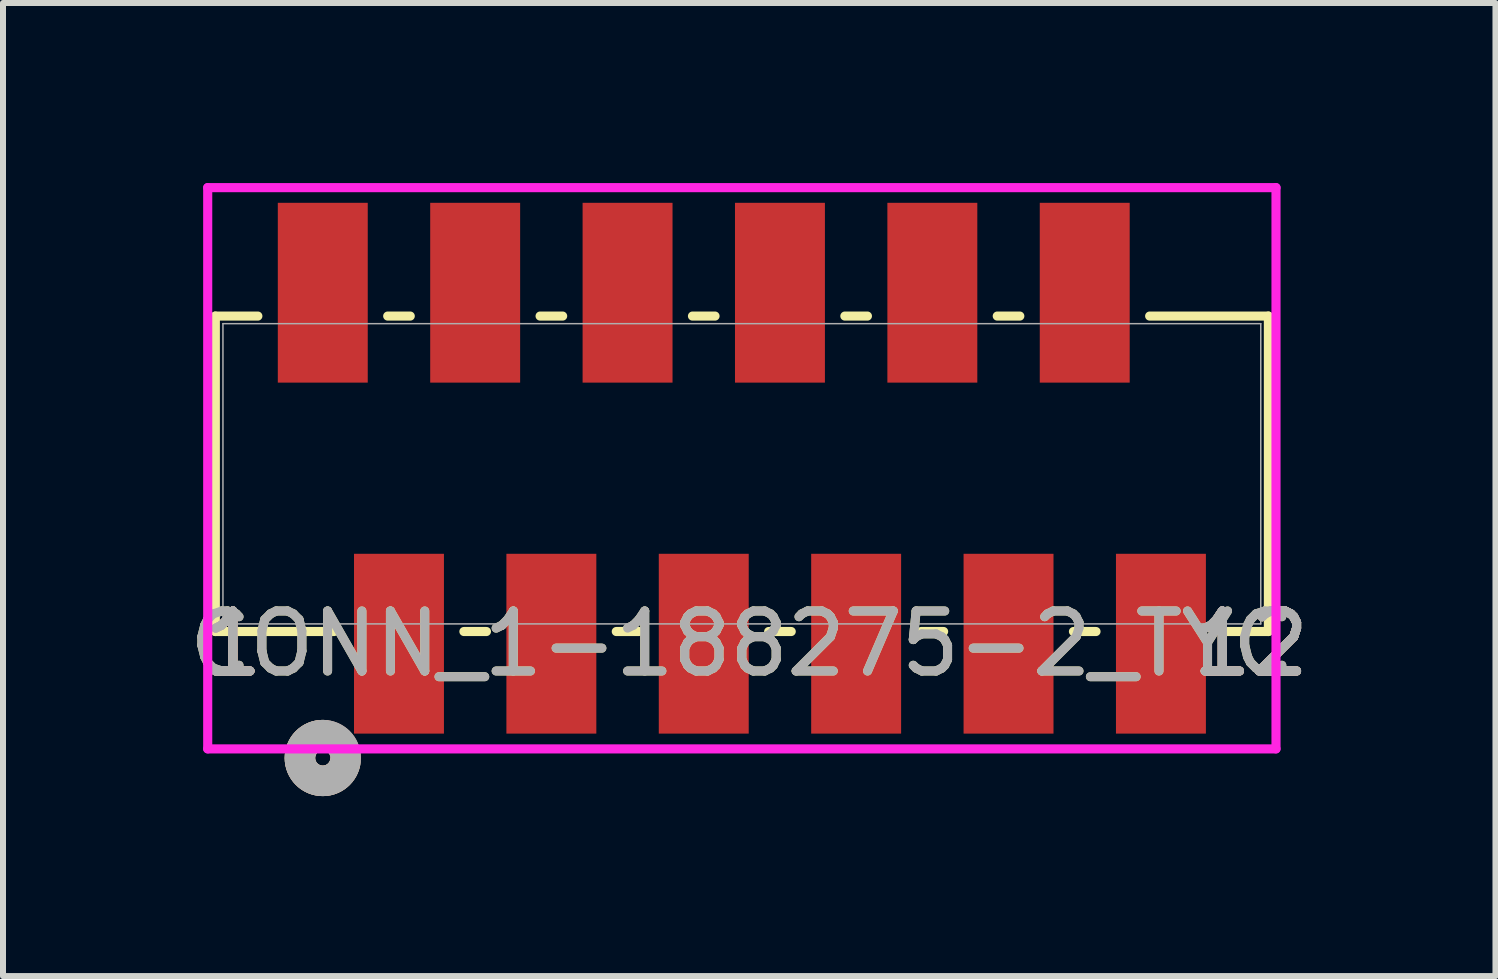
<source format=kicad_pcb>
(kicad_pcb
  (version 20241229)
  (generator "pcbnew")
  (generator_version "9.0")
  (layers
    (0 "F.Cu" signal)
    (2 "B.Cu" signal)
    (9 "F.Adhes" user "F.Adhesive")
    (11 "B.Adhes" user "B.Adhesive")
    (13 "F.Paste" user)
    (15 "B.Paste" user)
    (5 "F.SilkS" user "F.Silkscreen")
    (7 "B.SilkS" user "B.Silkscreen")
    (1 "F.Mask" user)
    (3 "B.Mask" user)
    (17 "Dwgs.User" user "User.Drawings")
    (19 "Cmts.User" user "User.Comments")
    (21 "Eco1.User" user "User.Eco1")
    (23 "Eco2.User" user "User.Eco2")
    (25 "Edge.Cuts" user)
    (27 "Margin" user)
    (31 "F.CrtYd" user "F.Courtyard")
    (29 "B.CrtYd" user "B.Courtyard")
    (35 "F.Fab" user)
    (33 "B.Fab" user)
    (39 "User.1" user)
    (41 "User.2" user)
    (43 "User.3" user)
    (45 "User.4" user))
  (footprint "CONN_1-188275-2_TYC"
    (layer "F.Cu")
    (at 2.33 7.679)
    (property "Reference" "CONN_1-188275-2_TYC" (at 6.985 0 0) (unlocked yes) (layer "F.SilkS") (effects (font (size 1 1) (thickness 0.15))))
    (attr smd)
    (fp_line (start -1.791 -5.461) (end -1.791 -0.203) (stroke (width 0.152) (type solid)) (layer "F.SilkS"))
    (fp_line (start -1.791 -0.203) (end 0.188 -0.203) (stroke (width 0.152) (type solid)) (layer "F.SilkS"))
    (fp_line (start -1.082 -5.461) (end -1.791 -5.461) (stroke (width 0.152) (type solid)) (layer "F.SilkS"))
    (fp_line (start 1.458 -5.461) (end 1.082 -5.461) (stroke (width 0.152) (type solid)) (layer "F.SilkS"))
    (fp_line (start 2.352 -0.203) (end 2.728 -0.203) (stroke (width 0.152) (type solid)) (layer "F.SilkS"))
    (fp_line (start 3.998 -5.461) (end 3.622 -5.461) (stroke (width 0.152) (type solid)) (layer "F.SilkS"))
    (fp_line (start 4.892 -0.203) (end 5.268 -0.203) (stroke (width 0.152) (type solid)) (layer "F.SilkS"))
    (fp_line (start 6.538 -5.461) (end 6.162 -5.461) (stroke (width 0.152) (type solid)) (layer "F.SilkS"))
    (fp_line (start 7.432 -0.203) (end 7.808 -0.203) (stroke (width 0.152) (type solid)) (layer "F.SilkS"))
    (fp_line (start 9.078 -5.461) (end 8.702 -5.461) (stroke (width 0.152) (type solid)) (layer "F.SilkS"))
    (fp_line (start 9.972 -0.203) (end 10.348 -0.203) (stroke (width 0.152) (type solid)) (layer "F.SilkS"))
    (fp_line (start 11.618 -5.461) (end 11.242 -5.461) (stroke (width 0.152) (type solid)) (layer "F.SilkS"))
    (fp_line (start 12.512 -0.203) (end 12.888 -0.203) (stroke (width 0.152) (type solid)) (layer "F.SilkS"))
    (fp_line (start 15.052 -0.203) (end 15.761 -0.203) (stroke (width 0.152) (type solid)) (layer "F.SilkS"))
    (fp_line (start 15.761 -5.461) (end 13.782 -5.461) (stroke (width 0.152) (type solid)) (layer "F.SilkS"))
    (fp_line (start 15.761 -0.203) (end 15.761 -5.461) (stroke (width 0.152) (type solid)) (layer "F.SilkS"))
    (fp_arc (start 0.372066 1.987025) (mid -0.300348 2.139418) (end 0.0108 1.524153) (stroke (width 0.508) (type solid)) (layer "F.SilkS"))
    (fp_circle (center 0 1.905) (end 0.381 1.905) (stroke (width 0.508) (type solid)) (fill no) (layer "B.SilkS"))
    (fp_line (start -1.918 -7.602) (end -1.918 1.753) (stroke (width 0.152) (type solid)) (layer "F.CrtYd"))
    (fp_line (start -1.918 1.753) (end 15.888 1.753) (stroke (width 0.152) (type solid)) (layer "F.CrtYd"))
    (fp_line (start 15.888 -7.602) (end -1.918 -7.602) (stroke (width 0.152) (type solid)) (layer "F.CrtYd"))
    (fp_line (start 15.888 1.753) (end 15.888 -7.602) (stroke (width 0.152) (type solid)) (layer "F.CrtYd"))
    (fp_line (start -1.664 -5.334) (end -1.664 -0.33) (stroke (width 0.025) (type solid)) (layer "F.Fab"))
    (fp_line (start -1.664 -0.33) (end 15.634 -0.33) (stroke (width 0.025) (type solid)) (layer "F.Fab"))
    (fp_line (start 15.634 -5.334) (end -1.664 -5.334) (stroke (width 0.025) (type solid)) (layer "F.Fab"))
    (fp_line (start 15.634 -0.33) (end 15.634 -5.334) (stroke (width 0.025) (type solid)) (layer "F.Fab"))
    (fp_circle (center 0 1.905) (end 0.381 1.905) (stroke (width 0.508) (type solid)) (fill no) (layer "F.Fab"))
    (fp_text user "12" (at 15.469 0 0) (unlocked yes) (layer "F.SilkS") (effects (font (size 1 1) (thickness 0.15))))
    (fp_text user "1" (at -1.499 0 0) (unlocked yes) (layer "F.SilkS") (effects (font (size 1 1) (thickness 0.15))))
    (fp_text user "12" (at 15.469 0 0) (unlocked yes) (layer "F.SilkS") (effects (font (size 1 1) (thickness 0.15))))
    (fp_text user "1" (at -1.499 0 0) (unlocked yes) (layer "F.SilkS") (effects (font (size 1 1) (thickness 0.15))))
    (fp_text user "1" (at -1.499 0 0) (unlocked yes) (layer "B.SilkS") (effects (font (size 1 1) (thickness 0.15))))
    (fp_text user "12" (at 15.469 0 0) (unlocked yes) (layer "B.SilkS") (effects (font (size 1 1) (thickness 0.15))))
    (fp_text user "1" (at -1.499 0 0) (unlocked yes) (layer "B.SilkS") (effects (font (size 1 1) (thickness 0.15))))
    (fp_text user "12" (at 15.469 0 0) (unlocked yes) (layer "B.SilkS") (effects (font (size 1 1) (thickness 0.15))))
    (fp_text user "12" (at 15.469 0 0) (unlocked yes) (layer "F.Fab") (effects (font (size 1 1) (thickness 0.15))))
    (fp_text user "1" (at -1.499 0 0) (unlocked yes) (layer "F.Fab") (effects (font (size 1 1) (thickness 0.15))))
    (fp_text user "1" (at -1.499 0 0) (unlocked yes) (layer "F.Fab") (effects (font (size 1 1) (thickness 0.15))))
    (fp_text user "${REFERENCE}" (at 6.985 0 0) (unlocked yes) (layer "F.Fab") (effects (font (size 1 1) (thickness 0.15))))
    (fp_text user "12" (at 15.469 0 0) (unlocked yes) (layer "F.Fab") (effects (font (size 1 1) (thickness 0.15))))
    (pad "1" smd rect (at 0 -5.85) (size 1.499 2.997) (layers "F.Cu" "F.Mask" "F.Paste"))
    (pad "2" smd rect (at 1.27 0) (size 1.499 2.997) (layers "F.Cu" "F.Mask" "F.Paste"))
    (pad "3" smd rect (at 2.54 -5.85) (size 1.499 2.997) (layers "F.Cu" "F.Mask" "F.Paste"))
    (pad "4" smd rect (at 3.81 0) (size 1.499 2.997) (layers "F.Cu" "F.Mask" "F.Paste"))
    (pad "5" smd rect (at 5.08 -5.85) (size 1.499 2.997) (layers "F.Cu" "F.Mask" "F.Paste"))
    (pad "6" smd rect (at 6.35 0) (size 1.499 2.997) (layers "F.Cu" "F.Mask" "F.Paste"))
    (pad "7" smd rect (at 7.62 -5.85) (size 1.499 2.997) (layers "F.Cu" "F.Mask" "F.Paste"))
    (pad "8" smd rect (at 8.89 0) (size 1.499 2.997) (layers "F.Cu" "F.Mask" "F.Paste"))
    (pad "9" smd rect (at 10.16 -5.85) (size 1.499 2.997) (layers "F.Cu" "F.Mask" "F.Paste"))
    (pad "10" smd rect (at 11.43 0) (size 1.499 2.997) (layers "F.Cu" "F.Mask" "F.Paste"))
    (pad "11" smd rect (at 12.7 -5.85) (size 1.499 2.997) (layers "F.Cu" "F.Mask" "F.Paste"))
    (pad "12" smd rect (at 13.97 0) (size 1.499 2.997) (layers "F.Cu" "F.Mask" "F.Paste")))
  (gr_rect
    (start -3 -3)
    (end 21.876 13.219)
    (stroke (width 0.1) (type default))
    (fill no)
    (layer "Edge.Cuts")))
</source>
